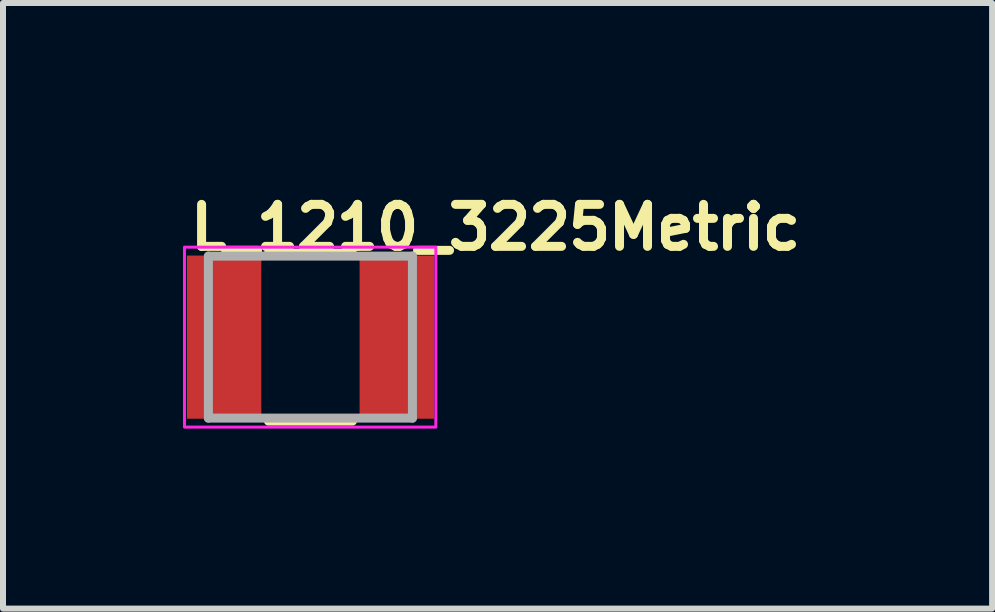
<source format=kicad_pcb>
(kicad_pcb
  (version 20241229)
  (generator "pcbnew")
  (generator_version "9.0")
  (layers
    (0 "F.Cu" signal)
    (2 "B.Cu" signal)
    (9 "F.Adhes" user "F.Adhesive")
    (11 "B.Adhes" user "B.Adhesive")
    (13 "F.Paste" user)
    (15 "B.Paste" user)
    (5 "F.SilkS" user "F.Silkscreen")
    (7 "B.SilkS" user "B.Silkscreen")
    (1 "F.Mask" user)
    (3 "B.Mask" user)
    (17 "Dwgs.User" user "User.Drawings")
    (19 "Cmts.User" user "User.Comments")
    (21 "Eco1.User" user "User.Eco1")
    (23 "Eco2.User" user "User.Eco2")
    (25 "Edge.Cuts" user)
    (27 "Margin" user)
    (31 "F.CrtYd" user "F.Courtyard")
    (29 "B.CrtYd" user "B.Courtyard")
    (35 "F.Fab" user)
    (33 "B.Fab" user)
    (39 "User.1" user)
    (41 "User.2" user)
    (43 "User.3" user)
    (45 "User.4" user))
  (footprint "L_1210_3225Metric"
    (layer "F.Cu")
    (at 2.125 2.57)
    (property "Reference" "L_1210_3225Metric" (at -2.08 -1.42 0) (layer "F.SilkS") (effects (font (size 0.7 0.7) (thickness 0.15)) (justify left bottom)))
    (attr smd)
    (fp_line (start -0.7 -1.4) (end 0.7 -1.4) (stroke (width 0.15) (type solid)) (layer "F.SilkS"))
    (fp_line (start -0.7 1.4) (end 0.7 1.4) (stroke (width 0.15) (type solid)) (layer "F.SilkS"))
    (fp_rect (start -2.1 -1.5) (end 2.09 1.5) (stroke (width 0.05) (type solid)) (fill no) (layer "F.CrtYd"))
    (fp_line (start -1.701 1.35) (end -1.701 -1.351) (stroke (width 0.15) (type solid)) (layer "F.Fab"))
    (fp_line (start 1.7 -1.351) (end -1.701 -1.351) (stroke (width 0.15) (type solid)) (layer "F.Fab"))
    (fp_line (start 1.7 1.35) (end -1.701 1.35) (stroke (width 0.15) (type solid)) (layer "F.Fab"))
    (fp_line (start 1.7 1.35) (end 1.7 -1.351) (stroke (width 0.15) (type solid)) (layer "F.Fab"))
    (fp_rect (start -1.6 -1.25) (end 1.6 1.25) (stroke (width 0.1) (type solid)) (fill no) (layer "User.5"))
    (fp_line (start -1.601 -1.17) (end -1.599 -1.174) (stroke (width 0.02) (type solid)) (layer "User.9"))
    (fp_line (start -1.601 1.169) (end -1.601 -1.17) (stroke (width 0.02) (type solid)) (layer "User.9"))
    (fp_line (start -1.601 1.169) (end -1.599 1.173) (stroke (width 0.02) (type solid)) (layer "User.9"))
    (fp_line (start -1.599 -1.182) (end -1.598 -1.186) (stroke (width 0.02) (type solid)) (layer "User.9"))
    (fp_line (start -1.599 -1.178) (end -1.599 -1.182) (stroke (width 0.02) (type solid)) (layer "User.9"))
    (fp_line (start -1.599 -1.174) (end -1.599 -1.178) (stroke (width 0.02) (type solid)) (layer "User.9"))
    (fp_line (start -1.599 1.173) (end -1.599 1.177) (stroke (width 0.02) (type solid)) (layer "User.9"))
    (fp_line (start -1.599 1.177) (end -1.599 1.181) (stroke (width 0.02) (type solid)) (layer "User.9"))
    (fp_line (start -1.599 1.181) (end -1.598 1.185) (stroke (width 0.02) (type solid)) (layer "User.9"))
    (fp_line (start -1.598 -1.186) (end -1.597 -1.19) (stroke (width 0.02) (type solid)) (layer "User.9"))
    (fp_line (start -1.598 1.185) (end -1.597 1.189) (stroke (width 0.02) (type solid)) (layer "User.9"))
    (fp_line (start -1.597 -1.19) (end -1.596 -1.194) (stroke (width 0.02) (type solid)) (layer "User.9"))
    (fp_line (start -1.597 1.189) (end -1.596 1.193) (stroke (width 0.02) (type solid)) (layer "User.9"))
    (fp_line (start -1.596 -1.194) (end -1.595 -1.198) (stroke (width 0.02) (type solid)) (layer "User.9"))
    (fp_line (start -1.596 1.193) (end -1.595 1.195) (stroke (width 0.02) (type solid)) (layer "User.9"))
    (fp_line (start -1.595 -1.198) (end -1.593 -1.202) (stroke (width 0.02) (type solid)) (layer "User.9"))
    (fp_line (start -1.595 1.195) (end -1.593 1.199) (stroke (width 0.02) (type solid)) (layer "User.9"))
    (fp_line (start -1.593 -1.202) (end -1.592 -1.206) (stroke (width 0.02) (type solid)) (layer "User.9"))
    (fp_line (start -1.593 1.199) (end -1.592 1.203) (stroke (width 0.02) (type solid)) (layer "User.9"))
    (fp_line (start -1.592 -1.206) (end -1.59 -1.208) (stroke (width 0.02) (type solid)) (layer "User.9"))
    (fp_line (start -1.592 1.203) (end -1.59 1.207) (stroke (width 0.02) (type solid)) (layer "User.9"))
    (fp_line (start -1.59 -1.208) (end -1.588 -1.212) (stroke (width 0.02) (type solid)) (layer "User.9"))
    (fp_line (start -1.59 1.207) (end -1.588 1.211) (stroke (width 0.02) (type solid)) (layer "User.9"))
    (fp_line (start -1.588 -1.212) (end -1.586 -1.216) (stroke (width 0.02) (type solid)) (layer "User.9"))
    (fp_line (start -1.588 1.211) (end -1.586 1.213) (stroke (width 0.02) (type solid)) (layer "User.9"))
    (fp_line (start -1.586 -1.216) (end -1.584 -1.218) (stroke (width 0.02) (type solid)) (layer "User.9"))
    (fp_line (start -1.586 1.213) (end -1.584 1.217) (stroke (width 0.02) (type solid)) (layer "User.9"))
    (fp_line (start -1.584 -1.218) (end -1.582 -1.222) (stroke (width 0.02) (type solid)) (layer "User.9"))
    (fp_line (start -1.584 1.217) (end -1.582 1.219) (stroke (width 0.02) (type solid)) (layer "User.9"))
    (fp_line (start -1.582 -1.222) (end -1.58 -1.224) (stroke (width 0.02) (type solid)) (layer "User.9"))
    (fp_line (start -1.582 1.219) (end -1.58 1.223) (stroke (width 0.02) (type solid)) (layer "User.9"))
    (fp_line (start -1.58 -1.224) (end -1.577 -1.228) (stroke (width 0.02) (type solid)) (layer "User.9"))
    (fp_line (start -1.58 1.223) (end -1.577 1.225) (stroke (width 0.02) (type solid)) (layer "User.9"))
    (fp_line (start -1.577 -1.228) (end -1.577 -1.228) (stroke (width 0.02) (type solid)) (layer "User.9"))
    (fp_line (start -1.577 -1.228) (end -1.574 -1.23) (stroke (width 0.02) (type solid)) (layer "User.9"))
    (fp_line (start -1.577 1.225) (end -1.577 1.225) (stroke (width 0.02) (type solid)) (layer "User.9"))
    (fp_line (start -1.577 1.225) (end -1.574 1.229) (stroke (width 0.02) (type solid)) (layer "User.9"))
    (fp_line (start -1.574 -1.23) (end -1.571 -1.232) (stroke (width 0.02) (type solid)) (layer "User.9"))
    (fp_line (start -1.574 1.229) (end -1.571 1.231) (stroke (width 0.02) (type solid)) (layer "User.9"))
    (fp_line (start -1.571 -1.232) (end -1.567 -1.236) (stroke (width 0.02) (type solid)) (layer "User.9"))
    (fp_line (start -1.571 1.231) (end -1.567 1.233) (stroke (width 0.02) (type solid)) (layer "User.9"))
    (fp_line (start -1.567 -1.236) (end -1.564 -1.238) (stroke (width 0.02) (type solid)) (layer "User.9"))
    (fp_line (start -1.567 1.233) (end -1.564 1.235) (stroke (width 0.02) (type solid)) (layer "User.9"))
    (fp_line (start -1.564 -1.238) (end -1.561 -1.24) (stroke (width 0.02) (type solid)) (layer "User.9"))
    (fp_line (start -1.564 1.235) (end -1.561 1.237) (stroke (width 0.02) (type solid)) (layer "User.9"))
    (fp_line (start -1.561 -1.24) (end -1.558 -1.242) (stroke (width 0.02) (type solid)) (layer "User.9"))
    (fp_line (start -1.561 1.237) (end -1.558 1.239) (stroke (width 0.02) (type solid)) (layer "User.9"))
    (fp_line (start -1.558 -1.242) (end -1.555 -1.244) (stroke (width 0.02) (type solid)) (layer "User.9"))
    (fp_line (start -1.558 1.239) (end -1.555 1.241) (stroke (width 0.02) (type solid)) (layer "User.9"))
    (fp_line (start -1.555 -1.244) (end -1.55 -1.244) (stroke (width 0.02) (type solid)) (layer "User.9"))
    (fp_line (start -1.555 1.241) (end -1.55 1.243) (stroke (width 0.02) (type solid)) (layer "User.9"))
    (fp_line (start -1.55 -1.244) (end -1.546 -1.246) (stroke (width 0.02) (type solid)) (layer "User.9"))
    (fp_line (start -1.55 1.243) (end -1.546 1.245) (stroke (width 0.02) (type solid)) (layer "User.9"))
    (fp_line (start -1.546 -1.246) (end -1.544 -1.248) (stroke (width 0.02) (type solid)) (layer "User.9"))
    (fp_line (start -1.546 1.245) (end -1.544 1.245) (stroke (width 0.02) (type solid)) (layer "User.9"))
    (fp_line (start -1.544 -1.248) (end -1.54 -1.248) (stroke (width 0.02) (type solid)) (layer "User.9"))
    (fp_line (start -1.544 1.245) (end -1.54 1.247) (stroke (width 0.02) (type solid)) (layer "User.9"))
    (fp_line (start -1.54 -1.248) (end -1.535 -1.25) (stroke (width 0.02) (type solid)) (layer "User.9"))
    (fp_line (start -1.54 1.247) (end -1.535 1.247) (stroke (width 0.02) (type solid)) (layer "User.9"))
    (fp_line (start -1.535 -1.25) (end -1.531 -1.25) (stroke (width 0.02) (type solid)) (layer "User.9"))
    (fp_line (start -1.535 1.247) (end -1.531 1.249) (stroke (width 0.02) (type solid)) (layer "User.9"))
    (fp_line (start -1.531 -1.25) (end -1.527 -1.25) (stroke (width 0.02) (type solid)) (layer "User.9"))
    (fp_line (start -1.531 1.249) (end -1.527 1.249) (stroke (width 0.02) (type solid)) (layer "User.9"))
    (fp_line (start -1.527 -1.25) (end -1.524 -1.25) (stroke (width 0.02) (type solid)) (layer "User.9"))
    (fp_line (start -1.527 1.249) (end -1.524 1.249) (stroke (width 0.02) (type solid)) (layer "User.9"))
    (fp_line (start -1.524 -1.25) (end -1.521 -1.25) (stroke (width 0.02) (type solid)) (layer "User.9"))
    (fp_line (start -1.524 1.249) (end -1.521 1.249) (stroke (width 0.02) (type solid)) (layer "User.9"))
    (fp_line (start -1.521 -1.25) (end -1.001 -1.25) (stroke (width 0.02) (type solid)) (layer "User.9"))
    (fp_line (start -1.001 -1.25) (end -1.001 -1.17) (stroke (width 0.02) (type solid)) (layer "User.9"))
    (fp_line (start -1.001 1.169) (end -1.001 -1.17) (stroke (width 0.02) (type solid)) (layer "User.9"))
    (fp_line (start -1.001 1.169) (end -1.001 1.249) (stroke (width 0.02) (type solid)) (layer "User.9"))
    (fp_line (start -1.001 1.249) (end -1.521 1.249) (stroke (width 0.02) (type solid)) (layer "User.9"))
    (fp_line (start 1 -1.25) (end 1 -1.17) (stroke (width 0.02) (type solid)) (layer "User.9"))
    (fp_line (start 1 -1.224) (end -1.001 -1.224) (stroke (width 0.02) (type solid)) (layer "User.9"))
    (fp_line (start 1 1.169) (end 1 -1.17) (stroke (width 0.02) (type solid)) (layer "User.9"))
    (fp_line (start 1 1.169) (end 1 1.249) (stroke (width 0.02) (type solid)) (layer "User.9"))
    (fp_line (start 1 1.223) (end -1.001 1.223) (stroke (width 0.02) (type solid)) (layer "User.9"))
    (fp_line (start 1 1.249) (end 1.52 1.249) (stroke (width 0.02) (type solid)) (layer "User.9"))
    (fp_line (start 1.52 -1.25) (end 1 -1.25) (stroke (width 0.02) (type solid)) (layer "User.9"))
    (fp_line (start 1.524 -1.25) (end 1.52 -1.25) (stroke (width 0.02) (type solid)) (layer "User.9"))
    (fp_line (start 1.524 1.249) (end 1.52 1.249) (stroke (width 0.02) (type solid)) (layer "User.9"))
    (fp_line (start 1.528 -1.25) (end 1.524 -1.25) (stroke (width 0.02) (type solid)) (layer "User.9"))
    (fp_line (start 1.528 1.249) (end 1.524 1.249) (stroke (width 0.02) (type solid)) (layer "User.9"))
    (fp_line (start 1.532 -1.25) (end 1.528 -1.25) (stroke (width 0.02) (type solid)) (layer "User.9"))
    (fp_line (start 1.532 1.249) (end 1.528 1.249) (stroke (width 0.02) (type solid)) (layer "User.9"))
    (fp_line (start 1.536 -1.25) (end 1.532 -1.25) (stroke (width 0.02) (type solid)) (layer "User.9"))
    (fp_line (start 1.536 1.247) (end 1.532 1.249) (stroke (width 0.02) (type solid)) (layer "User.9"))
    (fp_line (start 1.54 -1.248) (end 1.536 -1.25) (stroke (width 0.02) (type solid)) (layer "User.9"))
    (fp_line (start 1.54 1.247) (end 1.536 1.247) (stroke (width 0.02) (type solid)) (layer "User.9"))
    (fp_line (start 1.544 -1.248) (end 1.54 -1.248) (stroke (width 0.02) (type solid)) (layer "User.9"))
    (fp_line (start 1.544 1.245) (end 1.54 1.247) (stroke (width 0.02) (type solid)) (layer "User.9"))
    (fp_line (start 1.547 -1.246) (end 1.544 -1.248) (stroke (width 0.02) (type solid)) (layer "User.9"))
    (fp_line (start 1.547 1.245) (end 1.544 1.245) (stroke (width 0.02) (type solid)) (layer "User.9"))
    (fp_line (start 1.551 -1.244) (end 1.547 -1.246) (stroke (width 0.02) (type solid)) (layer "User.9"))
    (fp_line (start 1.551 1.243) (end 1.547 1.245) (stroke (width 0.02) (type solid)) (layer "User.9"))
    (fp_line (start 1.555 -1.244) (end 1.551 -1.244) (stroke (width 0.02) (type solid)) (layer "User.9"))
    (fp_line (start 1.555 1.241) (end 1.551 1.243) (stroke (width 0.02) (type solid)) (layer "User.9"))
    (fp_line (start 1.557 -1.242) (end 1.555 -1.244) (stroke (width 0.02) (type solid)) (layer "User.9"))
    (fp_line (start 1.557 1.239) (end 1.555 1.241) (stroke (width 0.02) (type solid)) (layer "User.9"))
    (fp_line (start 1.561 -1.24) (end 1.557 -1.242) (stroke (width 0.02) (type solid)) (layer "User.9"))
    (fp_line (start 1.561 1.237) (end 1.557 1.239) (stroke (width 0.02) (type solid)) (layer "User.9"))
    (fp_line (start 1.564 -1.238) (end 1.561 -1.24) (stroke (width 0.02) (type solid)) (layer "User.9"))
    (fp_line (start 1.564 1.235) (end 1.561 1.237) (stroke (width 0.02) (type solid)) (layer "User.9"))
    (fp_line (start 1.568 -1.236) (end 1.564 -1.238) (stroke (width 0.02) (type solid)) (layer "User.9"))
    (fp_line (start 1.568 1.233) (end 1.564 1.235) (stroke (width 0.02) (type solid)) (layer "User.9"))
    (fp_line (start 1.571 -1.232) (end 1.568 -1.236) (stroke (width 0.02) (type solid)) (layer "User.9"))
    (fp_line (start 1.571 1.231) (end 1.568 1.233) (stroke (width 0.02) (type solid)) (layer "User.9"))
    (fp_line (start 1.573 -1.23) (end 1.571 -1.232) (stroke (width 0.02) (type solid)) (layer "User.9"))
    (fp_line (start 1.573 1.229) (end 1.571 1.231) (stroke (width 0.02) (type solid)) (layer "User.9"))
    (fp_line (start 1.576 -1.228) (end 1.573 -1.23) (stroke (width 0.02) (type solid)) (layer "User.9"))
    (fp_line (start 1.576 -1.228) (end 1.576 -1.228) (stroke (width 0.02) (type solid)) (layer "User.9"))
    (fp_line (start 1.576 1.225) (end 1.573 1.229) (stroke (width 0.02) (type solid)) (layer "User.9"))
    (fp_line (start 1.576 1.225) (end 1.576 1.225) (stroke (width 0.02) (type solid)) (layer "User.9"))
    (fp_line (start 1.58 -1.224) (end 1.576 -1.228) (stroke (width 0.02) (type solid)) (layer "User.9"))
    (fp_line (start 1.58 1.223) (end 1.576 1.225) (stroke (width 0.02) (type solid)) (layer "User.9"))
    (fp_line (start 1.581 -1.222) (end 1.58 -1.224) (stroke (width 0.02) (type solid)) (layer "User.9"))
    (fp_line (start 1.581 1.219) (end 1.58 1.223) (stroke (width 0.02) (type solid)) (layer "User.9"))
    (fp_line (start 1.584 -1.218) (end 1.581 -1.222) (stroke (width 0.02) (type solid)) (layer "User.9"))
    (fp_line (start 1.584 1.217) (end 1.581 1.219) (stroke (width 0.02) (type solid)) (layer "User.9"))
    (fp_line (start 1.587 -1.216) (end 1.584 -1.218) (stroke (width 0.02) (type solid)) (layer "User.9"))
    (fp_line (start 1.587 1.213) (end 1.584 1.217) (stroke (width 0.02) (type solid)) (layer "User.9"))
    (fp_line (start 1.588 -1.212) (end 1.587 -1.216) (stroke (width 0.02) (type solid)) (layer "User.9"))
    (fp_line (start 1.588 1.211) (end 1.587 1.213) (stroke (width 0.02) (type solid)) (layer "User.9"))
    (fp_line (start 1.591 -1.208) (end 1.588 -1.212) (stroke (width 0.02) (type solid)) (layer "User.9"))
    (fp_line (start 1.591 1.207) (end 1.588 1.211) (stroke (width 0.02) (type solid)) (layer "User.9"))
    (fp_line (start 1.592 -1.206) (end 1.591 -1.208) (stroke (width 0.02) (type solid)) (layer "User.9"))
    (fp_line (start 1.592 1.203) (end 1.591 1.207) (stroke (width 0.02) (type solid)) (layer "User.9"))
    (fp_line (start 1.593 -1.202) (end 1.592 -1.206) (stroke (width 0.02) (type solid)) (layer "User.9"))
    (fp_line (start 1.593 1.199) (end 1.592 1.203) (stroke (width 0.02) (type solid)) (layer "User.9"))
    (fp_line (start 1.596 -1.198) (end 1.593 -1.202) (stroke (width 0.02) (type solid)) (layer "User.9"))
    (fp_line (start 1.596 -1.194) (end 1.596 -1.198) (stroke (width 0.02) (type solid)) (layer "User.9"))
    (fp_line (start 1.596 1.193) (end 1.596 1.195) (stroke (width 0.02) (type solid)) (layer "User.9"))
    (fp_line (start 1.596 1.195) (end 1.593 1.199) (stroke (width 0.02) (type solid)) (layer "User.9"))
    (fp_line (start 1.597 -1.19) (end 1.596 -1.194) (stroke (width 0.02) (type solid)) (layer "User.9"))
    (fp_line (start 1.597 1.189) (end 1.596 1.193) (stroke (width 0.02) (type solid)) (layer "User.9"))
    (fp_line (start 1.599 -1.186) (end 1.597 -1.19) (stroke (width 0.02) (type solid)) (layer "User.9"))
    (fp_line (start 1.599 1.185) (end 1.597 1.189) (stroke (width 0.02) (type solid)) (layer "User.9"))
    (fp_line (start 1.6 -1.182) (end 1.599 -1.186) (stroke (width 0.02) (type solid)) (layer "User.9"))
    (fp_line (start 1.6 -1.178) (end 1.6 -1.182) (stroke (width 0.02) (type solid)) (layer "User.9"))
    (fp_line (start 1.6 -1.174) (end 1.6 -1.178) (stroke (width 0.02) (type solid)) (layer "User.9"))
    (fp_line (start 1.6 -1.17) (end 1.6 -1.174) (stroke (width 0.02) (type solid)) (layer "User.9"))
    (fp_line (start 1.6 1.169) (end 1.6 -1.17) (stroke (width 0.02) (type solid)) (layer "User.9"))
    (fp_line (start 1.6 1.169) (end 1.6 1.173) (stroke (width 0.02) (type solid)) (layer "User.9"))
    (fp_line (start 1.6 1.173) (end 1.6 1.177) (stroke (width 0.02) (type solid)) (layer "User.9"))
    (fp_line (start 1.6 1.177) (end 1.6 1.181) (stroke (width 0.02) (type solid)) (layer "User.9"))
    (fp_line (start 1.6 1.181) (end 1.599 1.185) (stroke (width 0.02) (type solid)) (layer "User.9"))
    (pad "1" smd rect (at -1.439 0) (size 1.24 2.72) (layers "F.Cu" "F.Mask" "F.Paste"))
    (pad "2" smd rect (at 1.439 0) (size 1.24 2.72) (layers "F.Cu" "F.Mask" "F.Paste")))
  (gr_rect
    (start -3 -3)
    (end 13.488 7.095)
    (stroke (width 0.1) (type default))
    (fill no)
    (layer "Edge.Cuts")))
</source>
